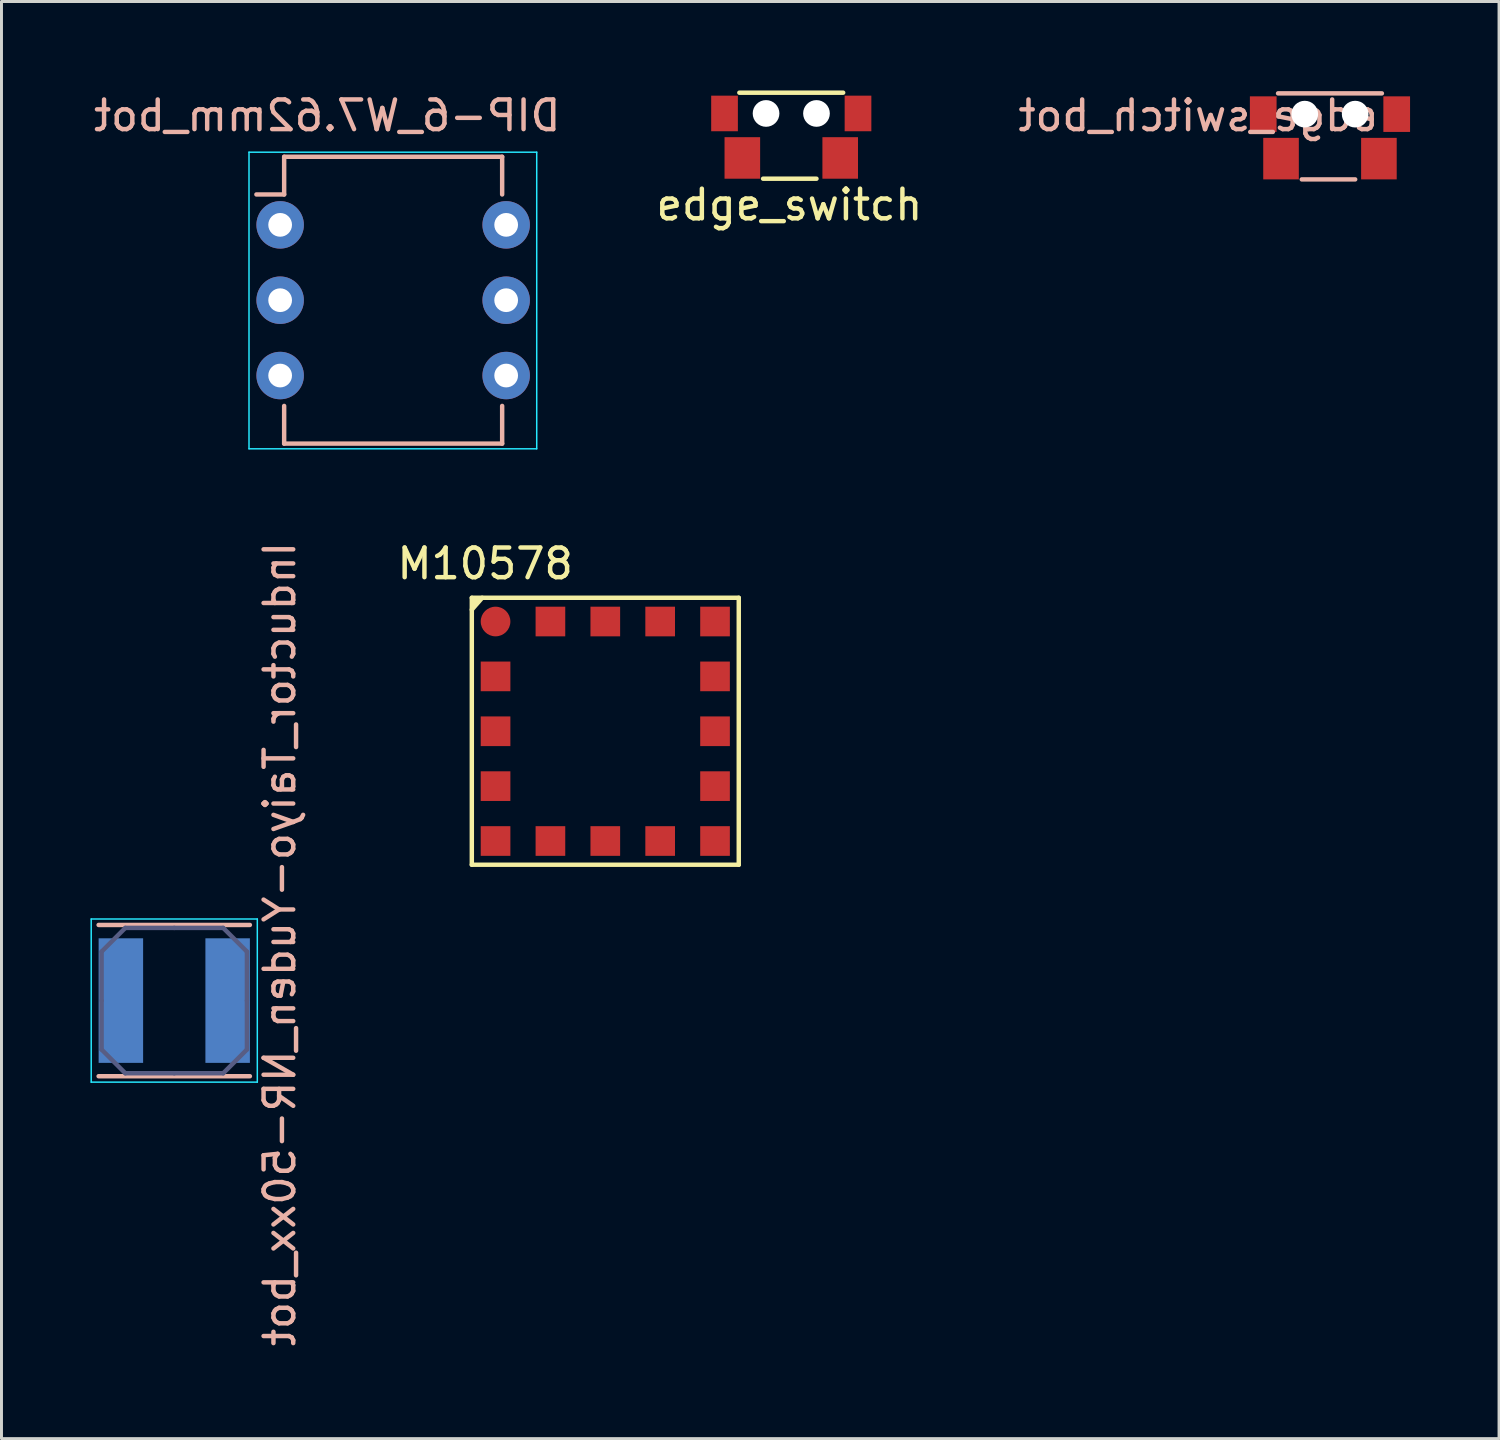
<source format=kicad_pcb>
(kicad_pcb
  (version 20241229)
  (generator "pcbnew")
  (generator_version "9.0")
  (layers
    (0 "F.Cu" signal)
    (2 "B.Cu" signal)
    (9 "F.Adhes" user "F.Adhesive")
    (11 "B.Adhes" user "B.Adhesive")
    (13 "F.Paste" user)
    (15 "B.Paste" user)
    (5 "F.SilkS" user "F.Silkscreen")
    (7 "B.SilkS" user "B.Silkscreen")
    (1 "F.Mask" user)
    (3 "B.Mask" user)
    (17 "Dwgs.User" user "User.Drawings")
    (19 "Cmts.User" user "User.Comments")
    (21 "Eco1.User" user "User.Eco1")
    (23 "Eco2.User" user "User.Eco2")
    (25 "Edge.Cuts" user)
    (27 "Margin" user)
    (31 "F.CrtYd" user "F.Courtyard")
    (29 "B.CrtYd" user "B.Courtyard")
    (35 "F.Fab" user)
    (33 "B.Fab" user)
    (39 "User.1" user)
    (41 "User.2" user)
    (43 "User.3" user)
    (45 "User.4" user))
  (footprint "edge_switch"
    (layer "F.Cu")
    (at 23.677 1.775)
    (property "Reference" "edge_switch" (at -0.112 2.08 0) (layer "F.SilkS") (effects (font (size 1 1) (thickness 0.15))))
    (attr through_hole)
    (fp_line (start -1.8 -1.7) (end 1.7 -1.7) (stroke (width 0.15) (type solid)) (layer "F.SilkS"))
    (fp_line (start -1 1.2) (end 0.8 1.2) (stroke (width 0.15) (type solid)) (layer "F.SilkS"))
    (pad "" np_thru_hole circle (at -0.9 -1) (size 0.9 0.9) (drill 0.9) (layers "*.Cu" "*.Mask"))
    (pad "" np_thru_hole circle (at 0.8 -1) (size 0.9 0.9) (drill 0.9) (layers "*.Cu" "*.Mask"))
    (pad "1" smd rect (at -1.7 0.5) (size 1.2 1.4) (layers "F.Cu" "F.Mask" "F.Paste"))
    (pad "2" smd rect (at 1.6 0.5) (size 1.2 1.4) (layers "F.Cu" "F.Mask" "F.Paste"))
    (pad "3" smd rect (at 2.2 -1) (size 0.9 1.2) (layers "F.Cu" "F.Mask" "F.Paste"))
    (pad "4" smd rect (at -2.3 -1) (size 0.9 1.2) (layers "F.Cu" "F.Mask" "F.Paste")))
  (footprint "DIP-6_W7.62mm_bot"
    (layer "F.Cu")
    (at 6.395 4.531)
    (property "Reference" "DIP-6_W7.62mm_bot" (at 1.587 -3.683 0) (layer "B.SilkS") (effects (font (size 1 1) (thickness 0.15)) (justify mirror)))
    (attr through_hole)
    (fp_line (start 0.135 -2.295) (end 0.135 -1.025) (stroke (width 0.15) (type solid)) (layer "B.SilkS"))
    (fp_line (start 0.135 -2.295) (end 7.485 -2.295) (stroke (width 0.15) (type solid)) (layer "B.SilkS"))
    (fp_line (start 0.135 -1.025) (end -0.8 -1.025) (stroke (width 0.15) (type solid)) (layer "B.SilkS"))
    (fp_line (start 0.135 7.375) (end 0.135 6.105) (stroke (width 0.15) (type solid)) (layer "B.SilkS"))
    (fp_line (start 0.135 7.375) (end 7.485 7.375) (stroke (width 0.15) (type solid)) (layer "B.SilkS"))
    (fp_line (start 7.485 -2.295) (end 7.485 -1.025) (stroke (width 0.15) (type solid)) (layer "B.SilkS"))
    (fp_line (start 7.485 7.375) (end 7.485 6.105) (stroke (width 0.15) (type solid)) (layer "B.SilkS"))
    (fp_line (start -1.05 -2.45) (end -1.05 7.55) (stroke (width 0.05) (type solid)) (layer "B.CrtYd"))
    (fp_line (start -1.05 -2.45) (end 8.65 -2.45) (stroke (width 0.05) (type solid)) (layer "B.CrtYd"))
    (fp_line (start -1.05 7.55) (end 8.65 7.55) (stroke (width 0.05) (type solid)) (layer "B.CrtYd"))
    (fp_line (start 8.65 -2.45) (end 8.65 7.55) (stroke (width 0.05) (type solid)) (layer "B.CrtYd"))
    (pad "1" thru_hole oval (at 7.62 0) (size 1.6 1.6) (drill 0.8) (layers "*.Cu" "*.Mask"))
    (pad "2" thru_hole oval (at 7.62 2.54) (size 1.6 1.6) (drill 0.8) (layers "*.Cu" "*.Mask"))
    (pad "3" thru_hole oval (at 7.62 5.08) (size 1.6 1.6) (drill 0.8) (layers "*.Cu" "*.Mask"))
    (pad "4" thru_hole oval (at 0 5.08) (size 1.6 1.6) (drill 0.8) (layers "*.Cu" "*.Mask"))
    (pad "5" thru_hole oval (at 0 2.54) (size 1.6 1.6) (drill 0.8) (layers "*.Cu" "*.Mask"))
    (pad "6" thru_hole oval (at 0 0) (size 1.6 1.6) (drill 0.8) (layers "*.Cu" "*.Mask")))
  (footprint "M10578"
    (layer "F.Cu")
    (at 13.657 17.904)
    (property "Reference" "M10578" (at -0.35 -1.95 0) (layer "F.SilkS") (effects (font (size 1 1) (thickness 0.15))))
    (attr through_hole)
    (fp_line (start -0.8 -0.8) (end 8.2 -0.8) (stroke (width 0.15) (type solid)) (layer "F.SilkS"))
    (fp_line (start -0.8 -0.4) (end -0.45 -0.8) (stroke (width 0.15) (type solid)) (layer "F.SilkS"))
    (fp_line (start -0.8 8.2) (end -0.8 -0.8) (stroke (width 0.15) (type solid)) (layer "F.SilkS"))
    (fp_line (start -0.65 -0.75) (end -0.75 -0.6) (stroke (width 0.15) (type solid)) (layer "F.SilkS"))
    (fp_line (start 8.2 -0.8) (end 8.2 8.2) (stroke (width 0.15) (type solid)) (layer "F.SilkS"))
    (fp_line (start 8.2 8.2) (end -0.8 8.2) (stroke (width 0.15) (type solid)) (layer "F.SilkS"))
    (pad "1" smd oval (at 0 0) (size 1 1) (layers "F.Cu" "F.Mask" "F.Paste"))
    (pad "2" smd rect (at 1.85 0) (size 1 1) (layers "F.Cu" "F.Mask" "F.Paste"))
    (pad "3" smd rect (at 3.7 0) (size 1 1) (layers "F.Cu" "F.Mask" "F.Paste"))
    (pad "4" smd rect (at 5.55 0) (size 1 1) (layers "F.Cu" "F.Mask" "F.Paste"))
    (pad "5" smd rect (at 7.4 0) (size 1 1) (layers "F.Cu" "F.Mask" "F.Paste"))
    (pad "6" smd rect (at 7.4 1.85) (size 1 1) (layers "F.Cu" "F.Mask" "F.Paste"))
    (pad "7" smd rect (at 7.4 3.7) (size 1 1) (layers "F.Cu" "F.Mask" "F.Paste"))
    (pad "8" smd rect (at 7.4 5.55) (size 1 1) (layers "F.Cu" "F.Mask" "F.Paste"))
    (pad "9" smd rect (at 7.4 7.4) (size 1 1) (layers "F.Cu" "F.Mask" "F.Paste"))
    (pad "10" smd rect (at 5.55 7.4) (size 1 1) (layers "F.Cu" "F.Mask" "F.Paste"))
    (pad "11" smd rect (at 3.7 7.4) (size 1 1) (layers "F.Cu" "F.Mask" "F.Paste"))
    (pad "12" smd rect (at 1.85 7.4) (size 1 1) (layers "F.Cu" "F.Mask" "F.Paste"))
    (pad "13" smd rect (at 0 7.4) (size 1 1) (layers "F.Cu" "F.Mask" "F.Paste"))
    (pad "14" smd rect (at 0 5.55) (size 1 1) (layers "F.Cu" "F.Mask" "F.Paste"))
    (pad "15" smd rect (at 0 3.7) (size 1 1) (layers "F.Cu" "F.Mask" "F.Paste"))
    (pad "16" smd rect (at 0 1.85) (size 1 1) (layers "F.Cu" "F.Mask" "F.Paste")))
  (footprint "edge_switch_bot"
    (layer "F.Cu")
    (at 41.839 1.798)
    (property "Reference" "edge_switch_bot" (at -4.5 -0.95 0) (layer "B.SilkS") (effects (font (size 1 1) (thickness 0.15)) (justify mirror)))
    (attr through_hole)
    (fp_line (start -1.8 -1.7) (end 1.7 -1.7) (stroke (width 0.15) (type solid)) (layer "B.SilkS"))
    (fp_line (start -1 1.2) (end 0.8 1.2) (stroke (width 0.15) (type solid)) (layer "B.SilkS"))
    (pad "" np_thru_hole circle (at -0.9 -1) (size 0.9 0.9) (drill 0.9) (layers "*.Cu" "*.Mask"))
    (pad "" np_thru_hole circle (at 0.8 -1) (size 0.9 0.9) (drill 0.9) (layers "*.Cu" "*.Mask"))
    (pad "1" smd rect (at -1.7 0.5) (size 1.2 1.4) (layers "F.Cu" "F.Mask" "F.Paste"))
    (pad "2" smd rect (at 1.6 0.5) (size 1.2 1.4) (layers "F.Cu" "F.Mask" "F.Paste"))
    (pad "3" smd rect (at 2.2 -1) (size 0.9 1.2) (layers "F.Cu" "F.Mask" "F.Paste"))
    (pad "4" smd rect (at -2.3 -1) (size 0.9 1.2) (layers "F.Cu" "F.Mask" "F.Paste")))
  (footprint "Inductor_Taiyo-Yuden_NR-50xx_bot"
    (layer "F.Cu")
    (at 2.825 30.684)
    (property "Reference" "Inductor_Taiyo-Yuden_NR-50xx_bot" (at 3.556 -1.905 90) (layer "B.SilkS") (effects (font (size 1 1) (thickness 0.15)) (justify mirror)))
    (attr smd)
    (fp_line (start -2.55 -2.55) (end 2.55 -2.55) (stroke (width 0.15) (type solid)) (layer "B.SilkS"))
    (fp_line (start -2.55 2.55) (end 2.55 2.55) (stroke (width 0.15) (type solid)) (layer "B.SilkS"))
    (fp_line (start -2.8 -2.75) (end -2.8 2.75) (stroke (width 0.05) (type solid)) (layer "B.CrtYd"))
    (fp_line (start -2.8 2.75) (end 2.8 2.75) (stroke (width 0.05) (type solid)) (layer "B.CrtYd"))
    (fp_line (start 2.8 -2.75) (end -2.8 -2.75) (stroke (width 0.05) (type solid)) (layer "B.CrtYd"))
    (fp_line (start 2.8 2.75) (end 2.8 -2.75) (stroke (width 0.05) (type solid)) (layer "B.CrtYd"))
    (fp_line (start -2.45 -1.65) (end -1.65 -2.45) (stroke (width 0.15) (type solid)) (layer "B.Fab"))
    (fp_line (start -2.45 0) (end -2.45 -1.65) (stroke (width 0.15) (type solid)) (layer "B.Fab"))
    (fp_line (start -2.45 0) (end -2.45 1.65) (stroke (width 0.15) (type solid)) (layer "B.Fab"))
    (fp_line (start -2.45 1.65) (end -1.65 2.45) (stroke (width 0.15) (type solid)) (layer "B.Fab"))
    (fp_line (start -1.65 -2.45) (end 0 -2.45) (stroke (width 0.15) (type solid)) (layer "B.Fab"))
    (fp_line (start -1.65 2.45) (end 0 2.45) (stroke (width 0.15) (type solid)) (layer "B.Fab"))
    (fp_line (start 1.65 -2.45) (end 0 -2.45) (stroke (width 0.15) (type solid)) (layer "B.Fab"))
    (fp_line (start 1.65 2.45) (end 0 2.45) (stroke (width 0.15) (type solid)) (layer "B.Fab"))
    (fp_line (start 2.45 -1.65) (end 1.65 -2.45) (stroke (width 0.15) (type solid)) (layer "B.Fab"))
    (fp_line (start 2.45 0) (end 2.45 -1.65) (stroke (width 0.15) (type solid)) (layer "B.Fab"))
    (fp_line (start 2.45 0) (end 2.45 1.65) (stroke (width 0.15) (type solid)) (layer "B.Fab"))
    (fp_line (start 2.45 1.65) (end 1.65 2.45) (stroke (width 0.15) (type solid)) (layer "B.Fab"))
    (pad "1" smd rect (at -1.8 0) (size 1.5 4.2) (layers "B.Cu" "B.Mask" "B.Paste"))
    (pad "2" smd rect (at 1.8 0) (size 1.5 4.2) (layers "B.Cu" "B.Mask" "B.Paste")))
  (gr_rect
    (start -3 -3)
    (end 47.489 45.451)
    (stroke (width 0.1) (type default))
    (fill no)
    (layer "Edge.Cuts")))
</source>
